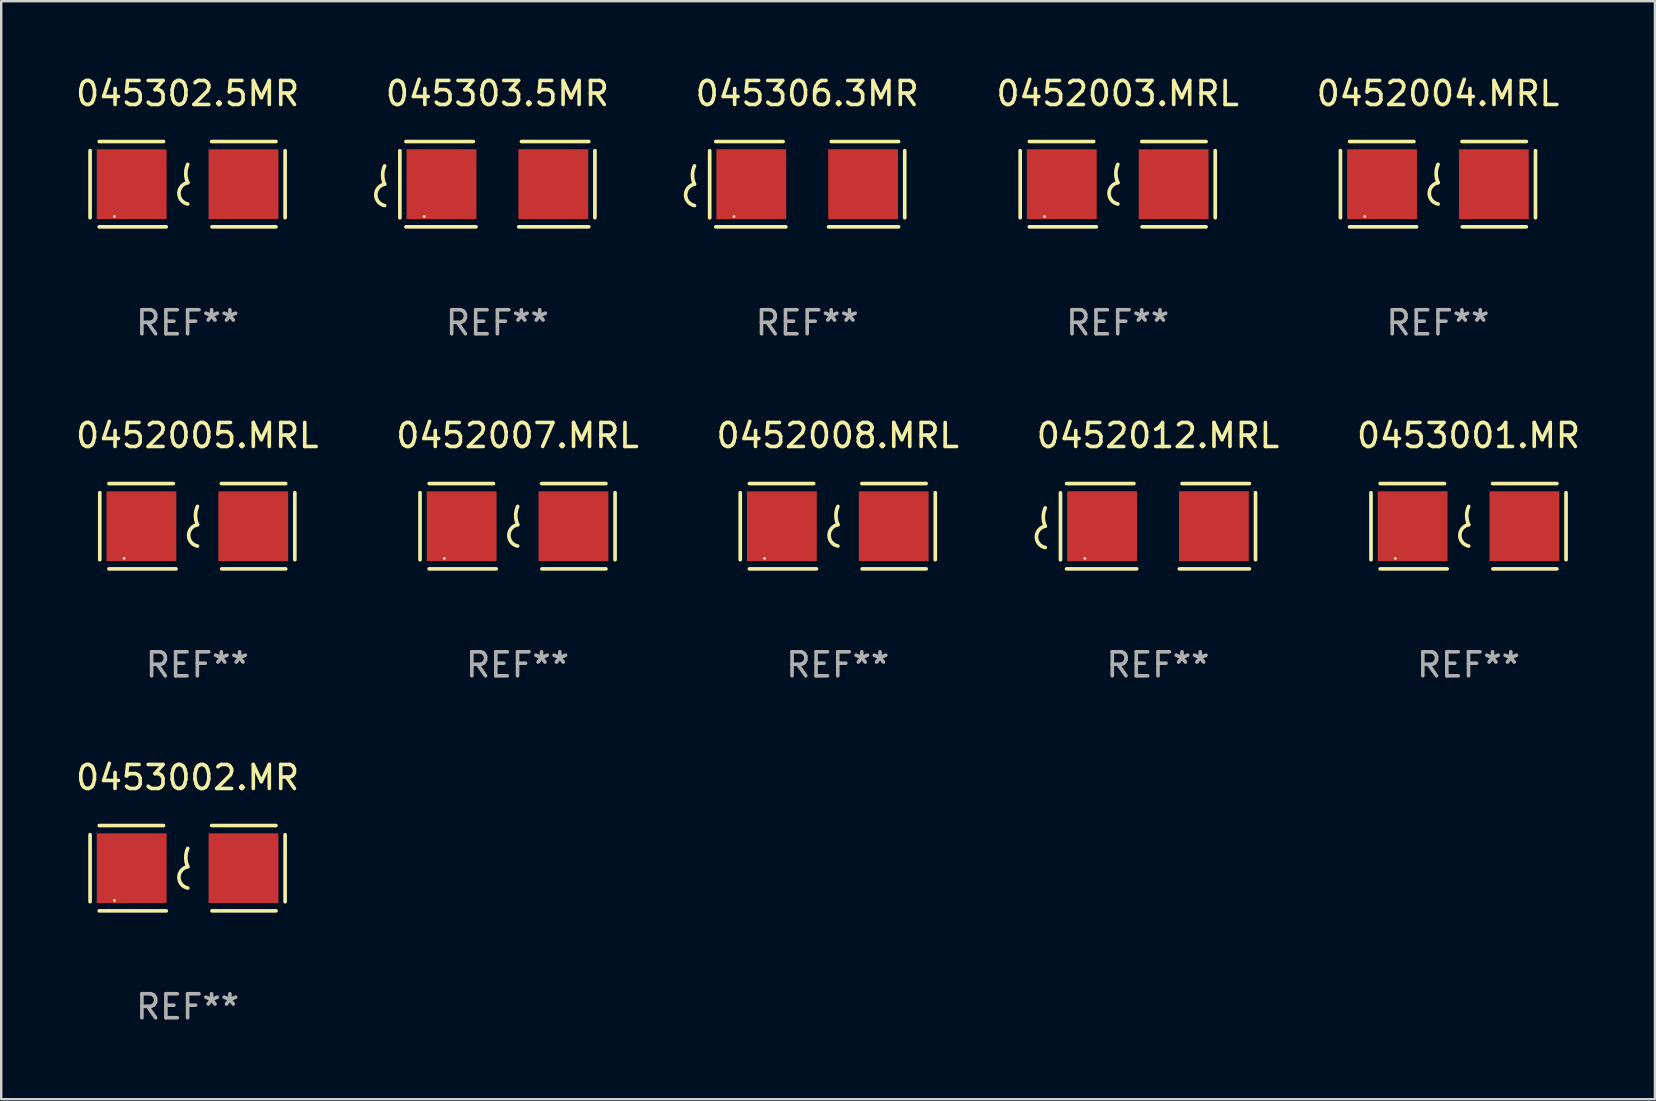
<source format=kicad_pcb>
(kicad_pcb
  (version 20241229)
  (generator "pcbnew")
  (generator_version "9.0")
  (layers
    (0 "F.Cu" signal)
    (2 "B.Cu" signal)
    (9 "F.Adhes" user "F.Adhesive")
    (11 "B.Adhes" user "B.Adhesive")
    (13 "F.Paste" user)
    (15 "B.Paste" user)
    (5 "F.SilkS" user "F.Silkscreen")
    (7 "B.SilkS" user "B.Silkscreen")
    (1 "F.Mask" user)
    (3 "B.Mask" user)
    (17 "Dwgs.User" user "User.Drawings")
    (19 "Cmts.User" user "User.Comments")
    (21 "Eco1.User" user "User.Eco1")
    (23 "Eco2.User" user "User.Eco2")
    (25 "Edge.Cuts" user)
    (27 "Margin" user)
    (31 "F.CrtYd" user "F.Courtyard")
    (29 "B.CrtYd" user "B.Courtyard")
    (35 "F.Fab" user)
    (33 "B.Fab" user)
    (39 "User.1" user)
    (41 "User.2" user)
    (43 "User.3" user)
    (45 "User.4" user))
  (footprint "045302.5MR"
    (layer "F.Cu")
    (at 4.768 4.626)
    (property "Reference" "045302.5MR" (at 0 -3.778 0) (layer "F.SilkS") (effects (font (size 1 1) (thickness 0.15))))
    (attr through_hole)
    (fp_line (start -4.064 -1.397) (end -4.064 1.397) (stroke (width 0.152) (type solid)) (layer "F.SilkS"))
    (fp_line (start -3.683 -1.778) (end -1.002 -1.778) (stroke (width 0.152) (type solid)) (layer "F.SilkS"))
    (fp_line (start -0.889 1.778) (end -3.683 1.778) (stroke (width 0.152) (type solid)) (layer "F.SilkS"))
    (fp_line (start 1.016 1.778) (end 3.683 1.778) (stroke (width 0.152) (type solid)) (layer "F.SilkS"))
    (fp_line (start 3.683 -1.778) (end 1.001 -1.778) (stroke (width 0.152) (type solid)) (layer "F.SilkS"))
    (fp_line (start 4.064 -1.397) (end 4.064 1.397) (stroke (width 0.152) (type solid)) (layer "F.SilkS"))
    (fp_arc (start 0.006045 -0.0635) (mid -0.075591 -0.444501) (end 0.006045 -0.825502) (stroke (width 0.151994) (type solid)) (layer "F.SilkS"))
    (fp_arc (start 0.006045 0.825502) (mid -0.361643 0.381001) (end 0.006045 -0.0635) (stroke (width 0.151994) (type solid)) (layer "F.SilkS"))
    (fp_circle (center -3.05 1.345) (end -3.02 1.345) (stroke (width 0.06) (type solid)) (fill no) (layer "F.SilkS"))
    (fp_text user "REF**" (at 0 5.778 0) (layer "F.Fab") (effects (font (size 1 1) (thickness 0.15))))
    (pad "1" smd rect (at -2.33 0) (size 2.91 2.905) (layers "F.Cu" "F.Mask" "F.Paste"))
    (pad "2" smd rect (at 2.33 0) (size 2.91 2.905) (layers "F.Cu" "F.Mask" "F.Paste")))
  (footprint "0452007.MRL"
    (layer "F.Cu")
    (at 18.518 18.879)
    (property "Reference" "0452007.MRL" (at 0 -3.778 0) (layer "F.SilkS") (effects (font (size 1 1) (thickness 0.15))))
    (attr through_hole)
    (fp_line (start -4.064 -1.397) (end -4.064 1.397) (stroke (width 0.152) (type solid)) (layer "F.SilkS"))
    (fp_line (start -3.683 -1.778) (end -1.002 -1.778) (stroke (width 0.152) (type solid)) (layer "F.SilkS"))
    (fp_line (start -0.889 1.778) (end -3.683 1.778) (stroke (width 0.152) (type solid)) (layer "F.SilkS"))
    (fp_line (start 1.016 1.778) (end 3.683 1.778) (stroke (width 0.152) (type solid)) (layer "F.SilkS"))
    (fp_line (start 3.683 -1.778) (end 1.001 -1.778) (stroke (width 0.152) (type solid)) (layer "F.SilkS"))
    (fp_line (start 4.064 -1.397) (end 4.064 1.397) (stroke (width 0.152) (type solid)) (layer "F.SilkS"))
    (fp_arc (start 0.006045 -0.0635) (mid -0.075591 -0.444501) (end 0.006045 -0.825502) (stroke (width 0.151994) (type solid)) (layer "F.SilkS"))
    (fp_arc (start 0.006045 0.825502) (mid -0.361643 0.381001) (end 0.006045 -0.0635) (stroke (width 0.151994) (type solid)) (layer "F.SilkS"))
    (fp_circle (center -3.05 1.345) (end -3.02 1.345) (stroke (width 0.06) (type solid)) (fill no) (layer "F.SilkS"))
    (fp_text user "REF**" (at 0 5.778 0) (layer "F.Fab") (effects (font (size 1 1) (thickness 0.15))))
    (pad "1" smd rect (at -2.33 0) (size 2.91 2.905) (layers "F.Cu" "F.Mask" "F.Paste"))
    (pad "2" smd rect (at 2.33 0) (size 2.91 2.905) (layers "F.Cu" "F.Mask" "F.Paste")))
  (footprint "0452003.MRL"
    (layer "F.Cu")
    (at 43.529 4.626)
    (property "Reference" "0452003.MRL" (at 0 -3.778 0) (layer "F.SilkS") (effects (font (size 1 1) (thickness 0.15))))
    (attr through_hole)
    (fp_line (start -4.064 -1.397) (end -4.064 1.397) (stroke (width 0.152) (type solid)) (layer "F.SilkS"))
    (fp_line (start -3.683 -1.778) (end -1.002 -1.778) (stroke (width 0.152) (type solid)) (layer "F.SilkS"))
    (fp_line (start -0.889 1.778) (end -3.683 1.778) (stroke (width 0.152) (type solid)) (layer "F.SilkS"))
    (fp_line (start 1.016 1.778) (end 3.683 1.778) (stroke (width 0.152) (type solid)) (layer "F.SilkS"))
    (fp_line (start 3.683 -1.778) (end 1.001 -1.778) (stroke (width 0.152) (type solid)) (layer "F.SilkS"))
    (fp_line (start 4.064 -1.397) (end 4.064 1.397) (stroke (width 0.152) (type solid)) (layer "F.SilkS"))
    (fp_arc (start 0.006045 -0.0635) (mid -0.075591 -0.444501) (end 0.006045 -0.825502) (stroke (width 0.151994) (type solid)) (layer "F.SilkS"))
    (fp_arc (start 0.006045 0.825502) (mid -0.361643 0.381001) (end 0.006045 -0.0635) (stroke (width 0.151994) (type solid)) (layer "F.SilkS"))
    (fp_circle (center -3.05 1.345) (end -3.02 1.345) (stroke (width 0.06) (type solid)) (fill no) (layer "F.SilkS"))
    (fp_text user "REF**" (at 0 5.778 0) (layer "F.Fab") (effects (font (size 1 1) (thickness 0.15))))
    (pad "1" smd rect (at -2.33 0) (size 2.91 2.905) (layers "F.Cu" "F.Mask" "F.Paste"))
    (pad "2" smd rect (at 2.33 0) (size 2.91 2.905) (layers "F.Cu" "F.Mask" "F.Paste")))
  (footprint "0453001.MR"
    (layer "F.Cu")
    (at 58.149 18.879)
    (property "Reference" "0453001.MR" (at 0 -3.778 0) (layer "F.SilkS") (effects (font (size 1 1) (thickness 0.15))))
    (attr through_hole)
    (fp_line (start -4.064 -1.397) (end -4.064 1.397) (stroke (width 0.152) (type solid)) (layer "F.SilkS"))
    (fp_line (start -3.683 -1.778) (end -1.002 -1.778) (stroke (width 0.152) (type solid)) (layer "F.SilkS"))
    (fp_line (start -0.889 1.778) (end -3.683 1.778) (stroke (width 0.152) (type solid)) (layer "F.SilkS"))
    (fp_line (start 1.016 1.778) (end 3.683 1.778) (stroke (width 0.152) (type solid)) (layer "F.SilkS"))
    (fp_line (start 3.683 -1.778) (end 1.001 -1.778) (stroke (width 0.152) (type solid)) (layer "F.SilkS"))
    (fp_line (start 4.064 -1.397) (end 4.064 1.397) (stroke (width 0.152) (type solid)) (layer "F.SilkS"))
    (fp_arc (start 0.006045 -0.0635) (mid -0.075591 -0.444501) (end 0.006045 -0.825502) (stroke (width 0.151994) (type solid)) (layer "F.SilkS"))
    (fp_arc (start 0.006045 0.825502) (mid -0.361643 0.381001) (end 0.006045 -0.0635) (stroke (width 0.151994) (type solid)) (layer "F.SilkS"))
    (fp_circle (center -3.05 1.345) (end -3.02 1.345) (stroke (width 0.06) (type solid)) (fill no) (layer "F.SilkS"))
    (fp_text user "REF**" (at 0 5.778 0) (layer "F.Fab") (effects (font (size 1 1) (thickness 0.15))))
    (pad "1" smd rect (at -2.33 0) (size 2.91 2.905) (layers "F.Cu" "F.Mask" "F.Paste"))
    (pad "2" smd rect (at 2.33 0) (size 2.91 2.905) (layers "F.Cu" "F.Mask" "F.Paste")))
  (footprint "0452012.MRL"
    (layer "F.Cu")
    (at 45.208 18.879)
    (property "Reference" "0452012.MRL" (at 0 -3.778 0) (layer "F.SilkS") (effects (font (size 1 1) (thickness 0.15))))
    (attr through_hole)
    (fp_line (start -4.064 -1.393) (end -4.064 1.401) (stroke (width 0.152) (type solid)) (layer "F.SilkS"))
    (fp_line (start -3.81 -1.778) (end -1.002 -1.778) (stroke (width 0.152) (type solid)) (layer "F.SilkS"))
    (fp_line (start -0.889 1.778) (end -3.81 1.778) (stroke (width 0.152) (type solid)) (layer "F.SilkS"))
    (fp_line (start 0.889 1.778) (end 3.81 1.778) (stroke (width 0.152) (type solid)) (layer "F.SilkS"))
    (fp_line (start 3.81 -1.778) (end 1.002 -1.778) (stroke (width 0.152) (type solid)) (layer "F.SilkS"))
    (fp_line (start 4.064 -1.397) (end 4.064 1.397) (stroke (width 0.152) (type solid)) (layer "F.SilkS"))
    (fp_arc (start -4.699009 0) (mid -4.780645 -0.381001) (end -4.699009 -0.762002) (stroke (width 0.151994) (type solid)) (layer "F.SilkS"))
    (fp_arc (start -4.699009 0.889002) (mid -5.066697 0.444501) (end -4.699009 0) (stroke (width 0.151994) (type solid)) (layer "F.SilkS"))
    (fp_circle (center -3.05 1.347) (end -3.02 1.347) (stroke (width 0.06) (type solid)) (fill no) (layer "F.SilkS"))
    (fp_text user "REF**" (at 0 5.778 0) (layer "F.Fab") (effects (font (size 1 1) (thickness 0.15))))
    (pad "1" smd rect (at -2.33 0) (size 2.91 2.911) (layers "F.Cu" "F.Mask" "F.Paste"))
    (pad "2" smd rect (at 2.33 0) (size 2.91 2.911) (layers "F.Cu" "F.Mask" "F.Paste")))
  (footprint "0452008.MRL"
    (layer "F.Cu")
    (at 31.863 18.879)
    (property "Reference" "0452008.MRL" (at 0 -3.778 0) (layer "F.SilkS") (effects (font (size 1 1) (thickness 0.15))))
    (attr through_hole)
    (fp_line (start -4.064 -1.397) (end -4.064 1.397) (stroke (width 0.152) (type solid)) (layer "F.SilkS"))
    (fp_line (start -3.683 -1.778) (end -1.002 -1.778) (stroke (width 0.152) (type solid)) (layer "F.SilkS"))
    (fp_line (start -0.889 1.778) (end -3.683 1.778) (stroke (width 0.152) (type solid)) (layer "F.SilkS"))
    (fp_line (start 1.016 1.778) (end 3.683 1.778) (stroke (width 0.152) (type solid)) (layer "F.SilkS"))
    (fp_line (start 3.683 -1.778) (end 1.001 -1.778) (stroke (width 0.152) (type solid)) (layer "F.SilkS"))
    (fp_line (start 4.064 -1.397) (end 4.064 1.397) (stroke (width 0.152) (type solid)) (layer "F.SilkS"))
    (fp_arc (start 0.006045 -0.0635) (mid -0.075591 -0.444501) (end 0.006045 -0.825502) (stroke (width 0.151994) (type solid)) (layer "F.SilkS"))
    (fp_arc (start 0.006045 0.825502) (mid -0.361643 0.381001) (end 0.006045 -0.0635) (stroke (width 0.151994) (type solid)) (layer "F.SilkS"))
    (fp_circle (center -3.05 1.345) (end -3.02 1.345) (stroke (width 0.06) (type solid)) (fill no) (layer "F.SilkS"))
    (fp_text user "REF**" (at 0 5.778 0) (layer "F.Fab") (effects (font (size 1 1) (thickness 0.15))))
    (pad "1" smd rect (at -2.33 0) (size 2.91 2.905) (layers "F.Cu" "F.Mask" "F.Paste"))
    (pad "2" smd rect (at 2.33 0) (size 2.91 2.905) (layers "F.Cu" "F.Mask" "F.Paste")))
  (footprint "0453002.MR"
    (layer "F.Cu")
    (at 4.768 33.131)
    (property "Reference" "0453002.MR" (at 0 -3.778 0) (layer "F.SilkS") (effects (font (size 1 1) (thickness 0.15))))
    (attr through_hole)
    (fp_line (start -4.064 -1.397) (end -4.064 1.397) (stroke (width 0.152) (type solid)) (layer "F.SilkS"))
    (fp_line (start -3.683 -1.778) (end -1.002 -1.778) (stroke (width 0.152) (type solid)) (layer "F.SilkS"))
    (fp_line (start -0.889 1.778) (end -3.683 1.778) (stroke (width 0.152) (type solid)) (layer "F.SilkS"))
    (fp_line (start 1.016 1.778) (end 3.683 1.778) (stroke (width 0.152) (type solid)) (layer "F.SilkS"))
    (fp_line (start 3.683 -1.778) (end 1.001 -1.778) (stroke (width 0.152) (type solid)) (layer "F.SilkS"))
    (fp_line (start 4.064 -1.397) (end 4.064 1.397) (stroke (width 0.152) (type solid)) (layer "F.SilkS"))
    (fp_arc (start 0.006045 -0.0635) (mid -0.075591 -0.444501) (end 0.006045 -0.825502) (stroke (width 0.151994) (type solid)) (layer "F.SilkS"))
    (fp_arc (start 0.006045 0.825502) (mid -0.361643 0.381001) (end 0.006045 -0.0635) (stroke (width 0.151994) (type solid)) (layer "F.SilkS"))
    (fp_circle (center -3.05 1.345) (end -3.02 1.345) (stroke (width 0.06) (type solid)) (fill no) (layer "F.SilkS"))
    (fp_text user "REF**" (at 0 5.778 0) (layer "F.Fab") (effects (font (size 1 1) (thickness 0.15))))
    (pad "1" smd rect (at -2.33 0) (size 2.91 2.905) (layers "F.Cu" "F.Mask" "F.Paste"))
    (pad "2" smd rect (at 2.33 0) (size 2.91 2.905) (layers "F.Cu" "F.Mask" "F.Paste")))
  (footprint "045306.3MR"
    (layer "F.Cu")
    (at 30.589 4.626)
    (property "Reference" "045306.3MR" (at 0 -3.778 0) (layer "F.SilkS") (effects (font (size 1 1) (thickness 0.15))))
    (attr through_hole)
    (fp_line (start -4.064 -1.393) (end -4.064 1.401) (stroke (width 0.152) (type solid)) (layer "F.SilkS"))
    (fp_line (start -3.81 -1.778) (end -1.002 -1.778) (stroke (width 0.152) (type solid)) (layer "F.SilkS"))
    (fp_line (start -0.889 1.778) (end -3.81 1.778) (stroke (width 0.152) (type solid)) (layer "F.SilkS"))
    (fp_line (start 0.889 1.778) (end 3.81 1.778) (stroke (width 0.152) (type solid)) (layer "F.SilkS"))
    (fp_line (start 3.81 -1.778) (end 1.002 -1.778) (stroke (width 0.152) (type solid)) (layer "F.SilkS"))
    (fp_line (start 4.064 -1.397) (end 4.064 1.397) (stroke (width 0.152) (type solid)) (layer "F.SilkS"))
    (fp_arc (start -4.699009 0) (mid -4.780645 -0.381001) (end -4.699009 -0.762002) (stroke (width 0.151994) (type solid)) (layer "F.SilkS"))
    (fp_arc (start -4.699009 0.889002) (mid -5.066697 0.444501) (end -4.699009 0) (stroke (width 0.151994) (type solid)) (layer "F.SilkS"))
    (fp_circle (center -3.05 1.347) (end -3.02 1.347) (stroke (width 0.06) (type solid)) (fill no) (layer "F.SilkS"))
    (fp_text user "REF**" (at 0 5.778 0) (layer "F.Fab") (effects (font (size 1 1) (thickness 0.15))))
    (pad "1" smd rect (at -2.33 0) (size 2.91 2.911) (layers "F.Cu" "F.Mask" "F.Paste"))
    (pad "2" smd rect (at 2.33 0) (size 2.91 2.911) (layers "F.Cu" "F.Mask" "F.Paste")))
  (footprint "045303.5MR"
    (layer "F.Cu")
    (at 17.678 4.626)
    (property "Reference" "045303.5MR" (at 0 -3.778 0) (layer "F.SilkS") (effects (font (size 1 1) (thickness 0.15))))
    (attr through_hole)
    (fp_line (start -4.064 -1.393) (end -4.064 1.401) (stroke (width 0.152) (type solid)) (layer "F.SilkS"))
    (fp_line (start -3.81 -1.778) (end -1.002 -1.778) (stroke (width 0.152) (type solid)) (layer "F.SilkS"))
    (fp_line (start -0.889 1.778) (end -3.81 1.778) (stroke (width 0.152) (type solid)) (layer "F.SilkS"))
    (fp_line (start 0.889 1.778) (end 3.81 1.778) (stroke (width 0.152) (type solid)) (layer "F.SilkS"))
    (fp_line (start 3.81 -1.778) (end 1.002 -1.778) (stroke (width 0.152) (type solid)) (layer "F.SilkS"))
    (fp_line (start 4.064 -1.397) (end 4.064 1.397) (stroke (width 0.152) (type solid)) (layer "F.SilkS"))
    (fp_arc (start -4.699009 0) (mid -4.780645 -0.381001) (end -4.699009 -0.762002) (stroke (width 0.151994) (type solid)) (layer "F.SilkS"))
    (fp_arc (start -4.699009 0.889002) (mid -5.066697 0.444501) (end -4.699009 0) (stroke (width 0.151994) (type solid)) (layer "F.SilkS"))
    (fp_circle (center -3.05 1.347) (end -3.02 1.347) (stroke (width 0.06) (type solid)) (fill no) (layer "F.SilkS"))
    (fp_text user "REF**" (at 0 5.778 0) (layer "F.Fab") (effects (font (size 1 1) (thickness 0.15))))
    (pad "1" smd rect (at -2.33 0) (size 2.91 2.911) (layers "F.Cu" "F.Mask" "F.Paste"))
    (pad "2" smd rect (at 2.33 0) (size 2.91 2.911) (layers "F.Cu" "F.Mask" "F.Paste")))
  (footprint "0452005.MRL"
    (layer "F.Cu")
    (at 5.173 18.879)
    (property "Reference" "0452005.MRL" (at 0 -3.778 0) (layer "F.SilkS") (effects (font (size 1 1) (thickness 0.15))))
    (attr through_hole)
    (fp_line (start -4.064 -1.397) (end -4.064 1.397) (stroke (width 0.152) (type solid)) (layer "F.SilkS"))
    (fp_line (start -3.683 -1.778) (end -1.002 -1.778) (stroke (width 0.152) (type solid)) (layer "F.SilkS"))
    (fp_line (start -0.889 1.778) (end -3.683 1.778) (stroke (width 0.152) (type solid)) (layer "F.SilkS"))
    (fp_line (start 1.016 1.778) (end 3.683 1.778) (stroke (width 0.152) (type solid)) (layer "F.SilkS"))
    (fp_line (start 3.683 -1.778) (end 1.001 -1.778) (stroke (width 0.152) (type solid)) (layer "F.SilkS"))
    (fp_line (start 4.064 -1.397) (end 4.064 1.397) (stroke (width 0.152) (type solid)) (layer "F.SilkS"))
    (fp_arc (start 0.006045 -0.0635) (mid -0.075591 -0.444501) (end 0.006045 -0.825502) (stroke (width 0.151994) (type solid)) (layer "F.SilkS"))
    (fp_arc (start 0.006045 0.825502) (mid -0.361643 0.381001) (end 0.006045 -0.0635) (stroke (width 0.151994) (type solid)) (layer "F.SilkS"))
    (fp_circle (center -3.05 1.345) (end -3.02 1.345) (stroke (width 0.06) (type solid)) (fill no) (layer "F.SilkS"))
    (fp_text user "REF**" (at 0 5.778 0) (layer "F.Fab") (effects (font (size 1 1) (thickness 0.15))))
    (pad "1" smd rect (at -2.33 0) (size 2.91 2.905) (layers "F.Cu" "F.Mask" "F.Paste"))
    (pad "2" smd rect (at 2.33 0) (size 2.91 2.905) (layers "F.Cu" "F.Mask" "F.Paste")))
  (footprint "0452004.MRL"
    (layer "F.Cu")
    (at 56.875 4.626)
    (property "Reference" "0452004.MRL" (at 0 -3.778 0) (layer "F.SilkS") (effects (font (size 1 1) (thickness 0.15))))
    (attr through_hole)
    (fp_line (start -4.064 -1.397) (end -4.064 1.397) (stroke (width 0.152) (type solid)) (layer "F.SilkS"))
    (fp_line (start -3.683 -1.778) (end -1.002 -1.778) (stroke (width 0.152) (type solid)) (layer "F.SilkS"))
    (fp_line (start -0.889 1.778) (end -3.683 1.778) (stroke (width 0.152) (type solid)) (layer "F.SilkS"))
    (fp_line (start 1.016 1.778) (end 3.683 1.778) (stroke (width 0.152) (type solid)) (layer "F.SilkS"))
    (fp_line (start 3.683 -1.778) (end 1.001 -1.778) (stroke (width 0.152) (type solid)) (layer "F.SilkS"))
    (fp_line (start 4.064 -1.397) (end 4.064 1.397) (stroke (width 0.152) (type solid)) (layer "F.SilkS"))
    (fp_arc (start 0.006045 -0.0635) (mid -0.075591 -0.444501) (end 0.006045 -0.825502) (stroke (width 0.151994) (type solid)) (layer "F.SilkS"))
    (fp_arc (start 0.006045 0.825502) (mid -0.361643 0.381001) (end 0.006045 -0.0635) (stroke (width 0.151994) (type solid)) (layer "F.SilkS"))
    (fp_circle (center -3.05 1.345) (end -3.02 1.345) (stroke (width 0.06) (type solid)) (fill no) (layer "F.SilkS"))
    (fp_text user "REF**" (at 0 5.778 0) (layer "F.Fab") (effects (font (size 1 1) (thickness 0.15))))
    (pad "1" smd rect (at -2.33 0) (size 2.91 2.905) (layers "F.Cu" "F.Mask" "F.Paste"))
    (pad "2" smd rect (at 2.33 0) (size 2.91 2.905) (layers "F.Cu" "F.Mask" "F.Paste")))
  (gr_rect
    (start -3 -3)
    (end 65.917 42.758)
    (stroke (width 0.1) (type default))
    (fill no)
    (layer "Edge.Cuts")))
</source>
